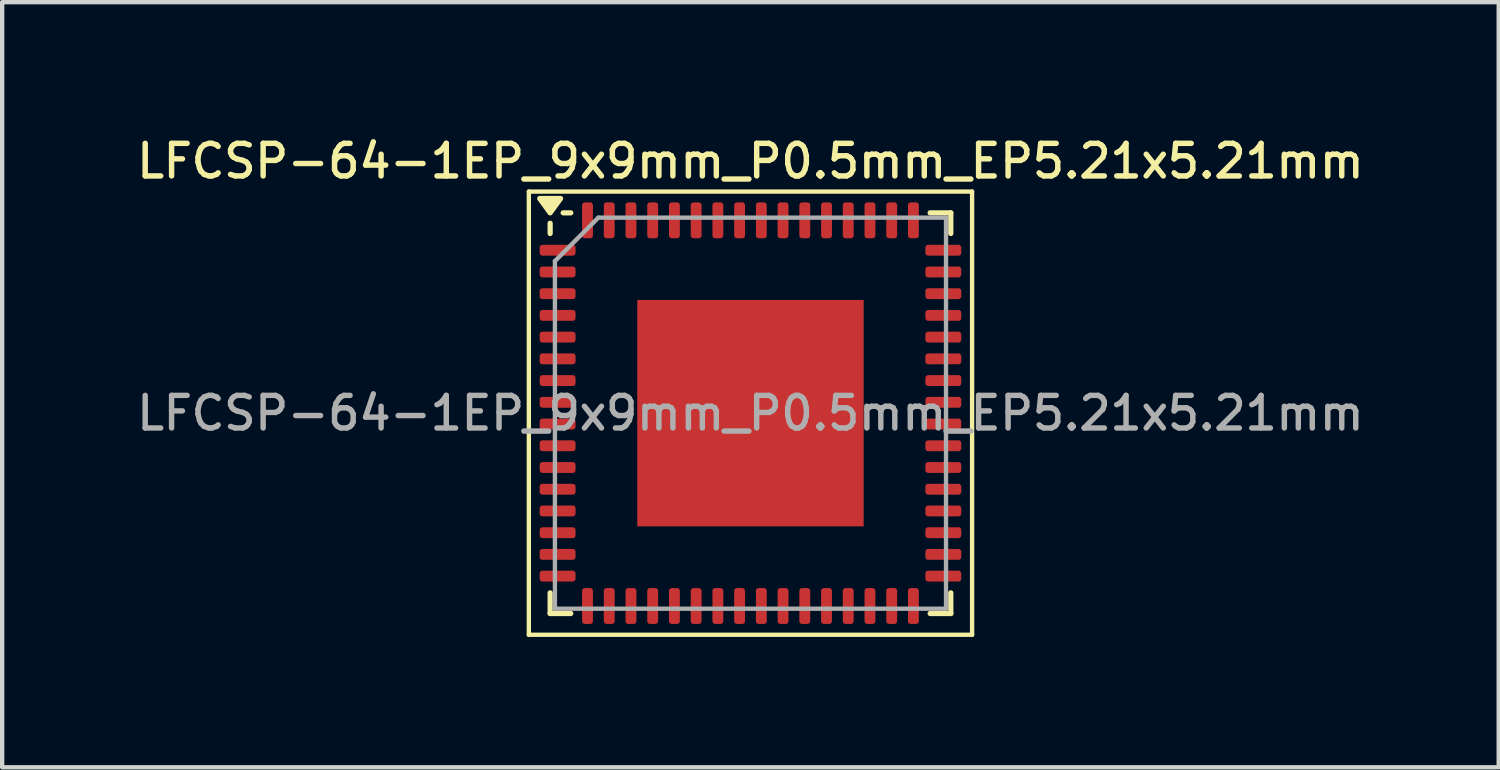
<source format=kicad_pcb>
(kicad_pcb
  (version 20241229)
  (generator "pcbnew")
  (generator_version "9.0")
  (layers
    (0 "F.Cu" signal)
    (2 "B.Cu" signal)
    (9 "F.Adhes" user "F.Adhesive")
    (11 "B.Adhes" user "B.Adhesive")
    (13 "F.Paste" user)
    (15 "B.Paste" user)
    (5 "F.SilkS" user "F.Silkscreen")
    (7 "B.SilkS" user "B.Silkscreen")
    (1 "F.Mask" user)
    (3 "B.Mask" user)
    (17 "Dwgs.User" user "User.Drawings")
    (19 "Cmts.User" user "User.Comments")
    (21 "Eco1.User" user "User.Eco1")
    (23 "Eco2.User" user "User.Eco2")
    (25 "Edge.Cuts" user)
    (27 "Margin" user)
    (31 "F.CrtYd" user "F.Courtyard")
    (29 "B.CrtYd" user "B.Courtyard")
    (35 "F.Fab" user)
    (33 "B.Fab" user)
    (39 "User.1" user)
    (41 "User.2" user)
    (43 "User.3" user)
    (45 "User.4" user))
  (footprint "LFCSP-64-1EP_9x9mm_P0.5mm_EP5.21x5.21mm"
    (layer "F.Cu")
    (at 14.22 6.458)
    (property "Reference" "LFCSP-64-1EP_9x9mm_P0.5mm_EP5.21x5.21mm" (at 0 -5.8 0) (layer "F.SilkS") (effects (font (size 0.75 0.75) (thickness 0.125))))
    (attr smd)
    (fp_line (start -5.1 -5.1) (end -5.1 5.1) (stroke (width 0.1) (type solid)) (layer "F.SilkS"))
    (fp_line (start -5.1 5.1) (end 5.1 5.1) (stroke (width 0.1) (type solid)) (layer "F.SilkS"))
    (fp_line (start -4.61 -4.135) (end -4.61 -4.37) (stroke (width 0.12) (type solid)) (layer "F.SilkS"))
    (fp_line (start -4.61 4.61) (end -4.61 4.135) (stroke (width 0.12) (type solid)) (layer "F.SilkS"))
    (fp_line (start -4.135 -4.61) (end -4.31 -4.61) (stroke (width 0.12) (type solid)) (layer "F.SilkS"))
    (fp_line (start -4.135 4.61) (end -4.61 4.61) (stroke (width 0.12) (type solid)) (layer "F.SilkS"))
    (fp_line (start 4.135 -4.61) (end 4.61 -4.61) (stroke (width 0.12) (type solid)) (layer "F.SilkS"))
    (fp_line (start 4.135 4.61) (end 4.61 4.61) (stroke (width 0.12) (type solid)) (layer "F.SilkS"))
    (fp_line (start 4.61 -4.61) (end 4.61 -4.135) (stroke (width 0.12) (type solid)) (layer "F.SilkS"))
    (fp_line (start 4.61 4.61) (end 4.61 4.135) (stroke (width 0.12) (type solid)) (layer "F.SilkS"))
    (fp_line (start 5.1 -5.1) (end -5.1 -5.1) (stroke (width 0.1) (type solid)) (layer "F.SilkS"))
    (fp_line (start 5.1 5.1) (end 5.1 -5.1) (stroke (width 0.1) (type solid)) (layer "F.SilkS"))
    (fp_poly (pts (xy -4.61 -4.61) (xy -4.85 -4.94) (xy -4.37 -4.94) (xy -4.61 -4.61)) (stroke (width 0.12) (type solid)) (fill yes) (layer "F.SilkS"))
    (fp_line (start -4.5 -3.5) (end -3.5 -4.5) (stroke (width 0.1) (type solid)) (layer "F.Fab"))
    (fp_line (start -4.5 4.5) (end -4.5 -3.5) (stroke (width 0.1) (type solid)) (layer "F.Fab"))
    (fp_line (start -3.5 -4.5) (end 4.5 -4.5) (stroke (width 0.1) (type solid)) (layer "F.Fab"))
    (fp_line (start 4.5 -4.5) (end 4.5 4.5) (stroke (width 0.1) (type solid)) (layer "F.Fab"))
    (fp_line (start 4.5 4.5) (end -4.5 4.5) (stroke (width 0.1) (type solid)) (layer "F.Fab"))
    (fp_text user "${REFERENCE}" (at 0 0 0) (layer "F.Fab") (effects (font (size 0.75 0.75) (thickness 0.125))))
    (pad "" smd roundrect (at -1.3 -1.3) (size 2.1 2.1) (layers "F.Paste") (roundrect_rratio 0.119))
    (pad "" smd roundrect (at -1.3 1.3) (size 2.1 2.1) (layers "F.Paste") (roundrect_rratio 0.119))
    (pad "" smd roundrect (at 1.3 -1.3) (size 2.1 2.1) (layers "F.Paste") (roundrect_rratio 0.119))
    (pad "" smd roundrect (at 1.3 1.3) (size 2.1 2.1) (layers "F.Paste") (roundrect_rratio 0.119))
    (pad "1" smd roundrect (at -4.438 -3.75) (size 0.825 0.25) (layers "F.Cu" "F.Mask" "F.Paste") (roundrect_rratio 0.25))
    (pad "2" smd roundrect (at -4.438 -3.25) (size 0.825 0.25) (layers "F.Cu" "F.Mask" "F.Paste") (roundrect_rratio 0.25))
    (pad "3" smd roundrect (at -4.438 -2.75) (size 0.825 0.25) (layers "F.Cu" "F.Mask" "F.Paste") (roundrect_rratio 0.25))
    (pad "4" smd roundrect (at -4.438 -2.25) (size 0.825 0.25) (layers "F.Cu" "F.Mask" "F.Paste") (roundrect_rratio 0.25))
    (pad "5" smd roundrect (at -4.438 -1.75) (size 0.825 0.25) (layers "F.Cu" "F.Mask" "F.Paste") (roundrect_rratio 0.25))
    (pad "6" smd roundrect (at -4.438 -1.25) (size 0.825 0.25) (layers "F.Cu" "F.Mask" "F.Paste") (roundrect_rratio 0.25))
    (pad "7" smd roundrect (at -4.438 -0.75) (size 0.825 0.25) (layers "F.Cu" "F.Mask" "F.Paste") (roundrect_rratio 0.25))
    (pad "8" smd roundrect (at -4.438 -0.25) (size 0.825 0.25) (layers "F.Cu" "F.Mask" "F.Paste") (roundrect_rratio 0.25))
    (pad "9" smd roundrect (at -4.438 0.25) (size 0.825 0.25) (layers "F.Cu" "F.Mask" "F.Paste") (roundrect_rratio 0.25))
    (pad "10" smd roundrect (at -4.438 0.75) (size 0.825 0.25) (layers "F.Cu" "F.Mask" "F.Paste") (roundrect_rratio 0.25))
    (pad "11" smd roundrect (at -4.438 1.25) (size 0.825 0.25) (layers "F.Cu" "F.Mask" "F.Paste") (roundrect_rratio 0.25))
    (pad "12" smd roundrect (at -4.438 1.75) (size 0.825 0.25) (layers "F.Cu" "F.Mask" "F.Paste") (roundrect_rratio 0.25))
    (pad "13" smd roundrect (at -4.438 2.25) (size 0.825 0.25) (layers "F.Cu" "F.Mask" "F.Paste") (roundrect_rratio 0.25))
    (pad "14" smd roundrect (at -4.438 2.75) (size 0.825 0.25) (layers "F.Cu" "F.Mask" "F.Paste") (roundrect_rratio 0.25))
    (pad "15" smd roundrect (at -4.438 3.25) (size 0.825 0.25) (layers "F.Cu" "F.Mask" "F.Paste") (roundrect_rratio 0.25))
    (pad "16" smd roundrect (at -4.438 3.75) (size 0.825 0.25) (layers "F.Cu" "F.Mask" "F.Paste") (roundrect_rratio 0.25))
    (pad "17" smd roundrect (at -3.75 4.438) (size 0.25 0.825) (layers "F.Cu" "F.Mask" "F.Paste") (roundrect_rratio 0.25))
    (pad "18" smd roundrect (at -3.25 4.438) (size 0.25 0.825) (layers "F.Cu" "F.Mask" "F.Paste") (roundrect_rratio 0.25))
    (pad "19" smd roundrect (at -2.75 4.438) (size 0.25 0.825) (layers "F.Cu" "F.Mask" "F.Paste") (roundrect_rratio 0.25))
    (pad "20" smd roundrect (at -2.25 4.438) (size 0.25 0.825) (layers "F.Cu" "F.Mask" "F.Paste") (roundrect_rratio 0.25))
    (pad "21" smd roundrect (at -1.75 4.438) (size 0.25 0.825) (layers "F.Cu" "F.Mask" "F.Paste") (roundrect_rratio 0.25))
    (pad "22" smd roundrect (at -1.25 4.438) (size 0.25 0.825) (layers "F.Cu" "F.Mask" "F.Paste") (roundrect_rratio 0.25))
    (pad "23" smd roundrect (at -0.75 4.438) (size 0.25 0.825) (layers "F.Cu" "F.Mask" "F.Paste") (roundrect_rratio 0.25))
    (pad "24" smd roundrect (at -0.25 4.438) (size 0.25 0.825) (layers "F.Cu" "F.Mask" "F.Paste") (roundrect_rratio 0.25))
    (pad "25" smd roundrect (at 0.25 4.438) (size 0.25 0.825) (layers "F.Cu" "F.Mask" "F.Paste") (roundrect_rratio 0.25))
    (pad "26" smd roundrect (at 0.75 4.438) (size 0.25 0.825) (layers "F.Cu" "F.Mask" "F.Paste") (roundrect_rratio 0.25))
    (pad "27" smd roundrect (at 1.25 4.438) (size 0.25 0.825) (layers "F.Cu" "F.Mask" "F.Paste") (roundrect_rratio 0.25))
    (pad "28" smd roundrect (at 1.75 4.438) (size 0.25 0.825) (layers "F.Cu" "F.Mask" "F.Paste") (roundrect_rratio 0.25))
    (pad "29" smd roundrect (at 2.25 4.438) (size 0.25 0.825) (layers "F.Cu" "F.Mask" "F.Paste") (roundrect_rratio 0.25))
    (pad "30" smd roundrect (at 2.75 4.438) (size 0.25 0.825) (layers "F.Cu" "F.Mask" "F.Paste") (roundrect_rratio 0.25))
    (pad "31" smd roundrect (at 3.25 4.438) (size 0.25 0.825) (layers "F.Cu" "F.Mask" "F.Paste") (roundrect_rratio 0.25))
    (pad "32" smd roundrect (at 3.75 4.438) (size 0.25 0.825) (layers "F.Cu" "F.Mask" "F.Paste") (roundrect_rratio 0.25))
    (pad "33" smd roundrect (at 4.438 3.75) (size 0.825 0.25) (layers "F.Cu" "F.Mask" "F.Paste") (roundrect_rratio 0.25))
    (pad "34" smd roundrect (at 4.438 3.25) (size 0.825 0.25) (layers "F.Cu" "F.Mask" "F.Paste") (roundrect_rratio 0.25))
    (pad "35" smd roundrect (at 4.438 2.75) (size 0.825 0.25) (layers "F.Cu" "F.Mask" "F.Paste") (roundrect_rratio 0.25))
    (pad "36" smd roundrect (at 4.438 2.25) (size 0.825 0.25) (layers "F.Cu" "F.Mask" "F.Paste") (roundrect_rratio 0.25))
    (pad "37" smd roundrect (at 4.438 1.75) (size 0.825 0.25) (layers "F.Cu" "F.Mask" "F.Paste") (roundrect_rratio 0.25))
    (pad "38" smd roundrect (at 4.438 1.25) (size 0.825 0.25) (layers "F.Cu" "F.Mask" "F.Paste") (roundrect_rratio 0.25))
    (pad "39" smd roundrect (at 4.438 0.75) (size 0.825 0.25) (layers "F.Cu" "F.Mask" "F.Paste") (roundrect_rratio 0.25))
    (pad "40" smd roundrect (at 4.438 0.25) (size 0.825 0.25) (layers "F.Cu" "F.Mask" "F.Paste") (roundrect_rratio 0.25))
    (pad "41" smd roundrect (at 4.438 -0.25) (size 0.825 0.25) (layers "F.Cu" "F.Mask" "F.Paste") (roundrect_rratio 0.25))
    (pad "42" smd roundrect (at 4.438 -0.75) (size 0.825 0.25) (layers "F.Cu" "F.Mask" "F.Paste") (roundrect_rratio 0.25))
    (pad "43" smd roundrect (at 4.438 -1.25) (size 0.825 0.25) (layers "F.Cu" "F.Mask" "F.Paste") (roundrect_rratio 0.25))
    (pad "44" smd roundrect (at 4.438 -1.75) (size 0.825 0.25) (layers "F.Cu" "F.Mask" "F.Paste") (roundrect_rratio 0.25))
    (pad "45" smd roundrect (at 4.438 -2.25) (size 0.825 0.25) (layers "F.Cu" "F.Mask" "F.Paste") (roundrect_rratio 0.25))
    (pad "46" smd roundrect (at 4.438 -2.75) (size 0.825 0.25) (layers "F.Cu" "F.Mask" "F.Paste") (roundrect_rratio 0.25))
    (pad "47" smd roundrect (at 4.438 -3.25) (size 0.825 0.25) (layers "F.Cu" "F.Mask" "F.Paste") (roundrect_rratio 0.25))
    (pad "48" smd roundrect (at 4.438 -3.75) (size 0.825 0.25) (layers "F.Cu" "F.Mask" "F.Paste") (roundrect_rratio 0.25))
    (pad "49" smd roundrect (at 3.75 -4.438) (size 0.25 0.825) (layers "F.Cu" "F.Mask" "F.Paste") (roundrect_rratio 0.25))
    (pad "50" smd roundrect (at 3.25 -4.438) (size 0.25 0.825) (layers "F.Cu" "F.Mask" "F.Paste") (roundrect_rratio 0.25))
    (pad "51" smd roundrect (at 2.75 -4.438) (size 0.25 0.825) (layers "F.Cu" "F.Mask" "F.Paste") (roundrect_rratio 0.25))
    (pad "52" smd roundrect (at 2.25 -4.438) (size 0.25 0.825) (layers "F.Cu" "F.Mask" "F.Paste") (roundrect_rratio 0.25))
    (pad "53" smd roundrect (at 1.75 -4.438) (size 0.25 0.825) (layers "F.Cu" "F.Mask" "F.Paste") (roundrect_rratio 0.25))
    (pad "54" smd roundrect (at 1.25 -4.438) (size 0.25 0.825) (layers "F.Cu" "F.Mask" "F.Paste") (roundrect_rratio 0.25))
    (pad "55" smd roundrect (at 0.75 -4.438) (size 0.25 0.825) (layers "F.Cu" "F.Mask" "F.Paste") (roundrect_rratio 0.25))
    (pad "56" smd roundrect (at 0.25 -4.438) (size 0.25 0.825) (layers "F.Cu" "F.Mask" "F.Paste") (roundrect_rratio 0.25))
    (pad "57" smd roundrect (at -0.25 -4.438) (size 0.25 0.825) (layers "F.Cu" "F.Mask" "F.Paste") (roundrect_rratio 0.25))
    (pad "58" smd roundrect (at -0.75 -4.438) (size 0.25 0.825) (layers "F.Cu" "F.Mask" "F.Paste") (roundrect_rratio 0.25))
    (pad "59" smd roundrect (at -1.25 -4.438) (size 0.25 0.825) (layers "F.Cu" "F.Mask" "F.Paste") (roundrect_rratio 0.25))
    (pad "60" smd roundrect (at -1.75 -4.438) (size 0.25 0.825) (layers "F.Cu" "F.Mask" "F.Paste") (roundrect_rratio 0.25))
    (pad "61" smd roundrect (at -2.25 -4.438) (size 0.25 0.825) (layers "F.Cu" "F.Mask" "F.Paste") (roundrect_rratio 0.25))
    (pad "62" smd roundrect (at -2.75 -4.438) (size 0.25 0.825) (layers "F.Cu" "F.Mask" "F.Paste") (roundrect_rratio 0.25))
    (pad "63" smd roundrect (at -3.25 -4.438) (size 0.25 0.825) (layers "F.Cu" "F.Mask" "F.Paste") (roundrect_rratio 0.25))
    (pad "64" smd roundrect (at -3.75 -4.438) (size 0.25 0.825) (layers "F.Cu" "F.Mask" "F.Paste") (roundrect_rratio 0.25))
    (pad "65" smd rect (at 0 0) (size 5.21 5.21) (property pad_prop_heatsink) (layers "F.Cu" "F.Mask")))
  (gr_rect
    (start -3 -3)
    (end 31.439 14.608)
    (stroke (width 0.1) (type default))
    (fill no)
    (layer "Edge.Cuts")))
</source>
